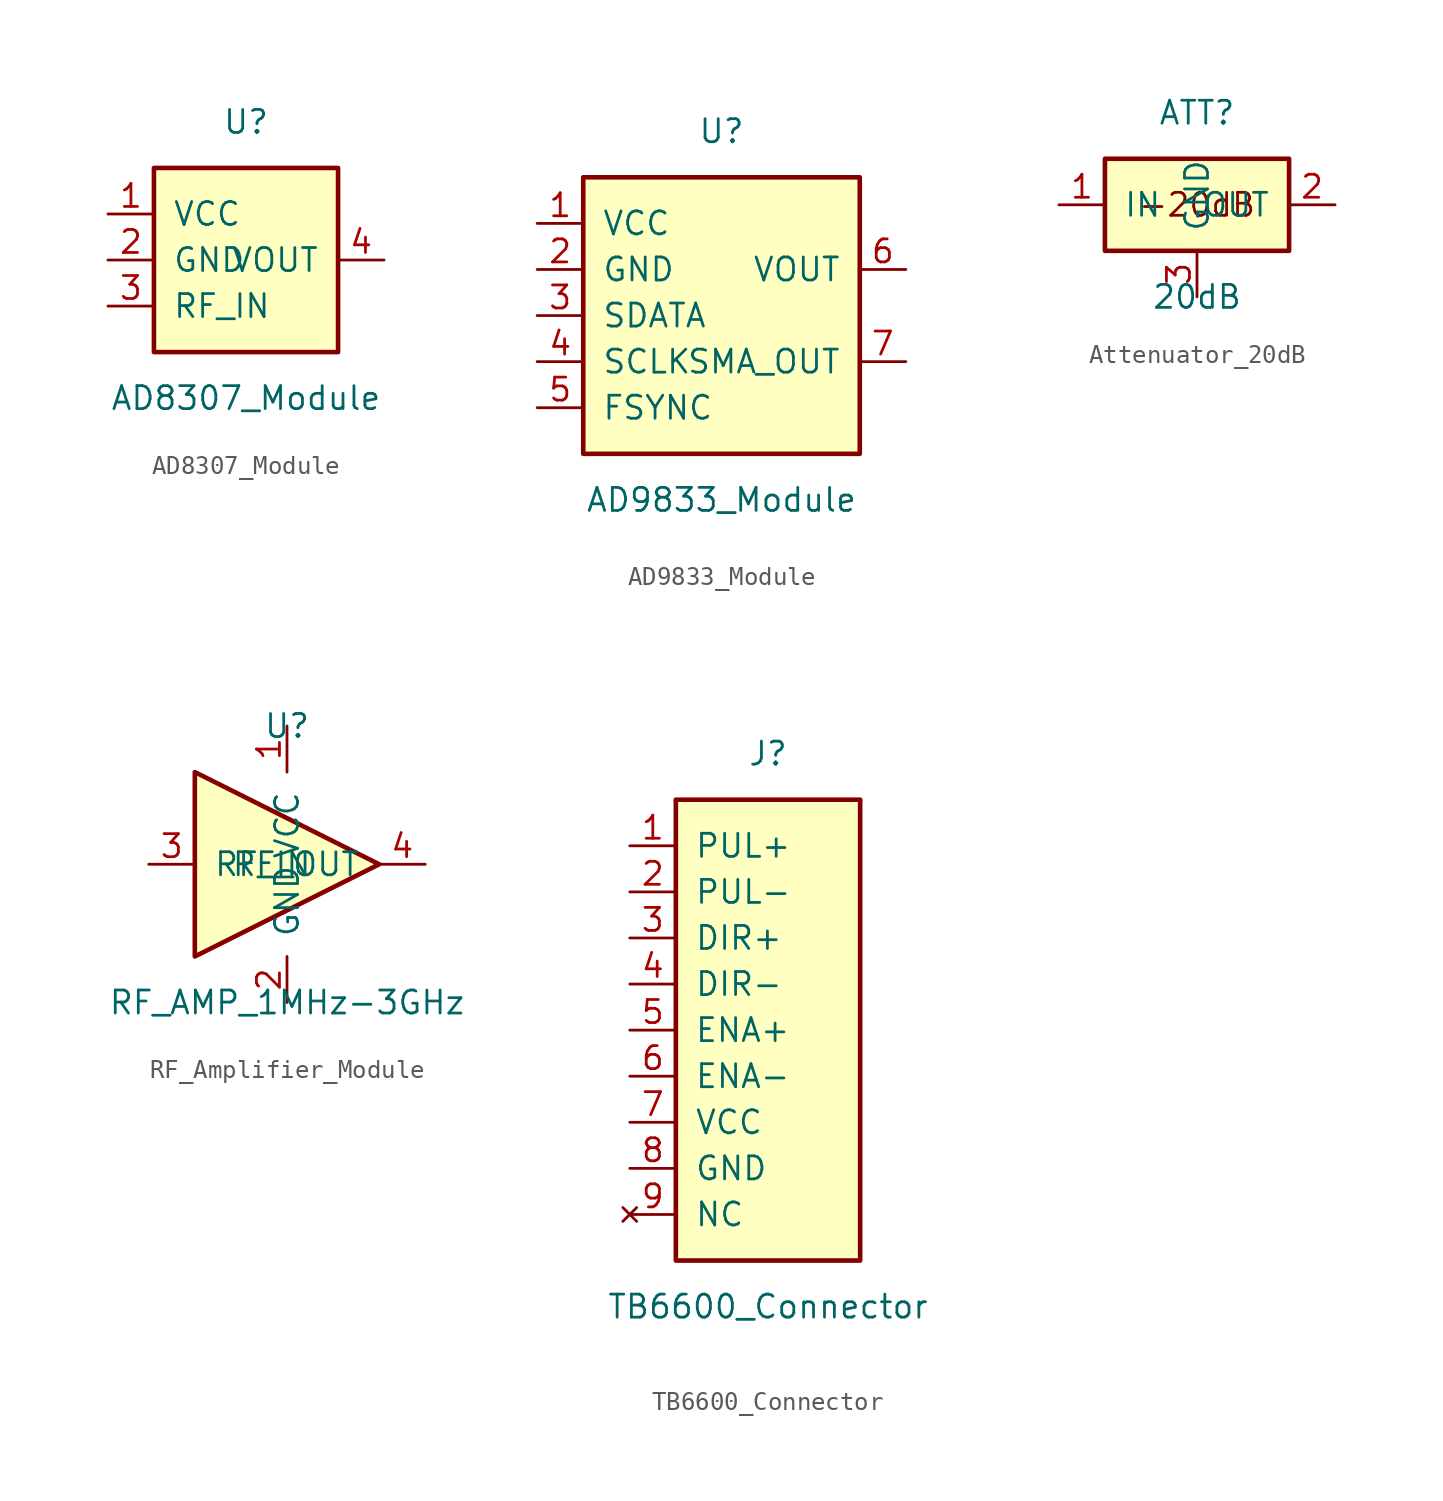
<source format=kicad_sym>
(kicad_symbol_lib
  (version 20231120)
  (generator "kicad_symbol_editor")
  (generator_version "8.0")
  (symbol "AD8307_Module"
    (pin_names
      (offset 1.016))
    (property "Reference" "U"
      (at 0 7.62 0)
      (effects (font (size 1.27 1.27))))
    (property "Value" "AD8307_Module"
      (at 0 -7.62 0)
      (effects (font (size 1.27 1.27))))
    (symbol "AD8307_Module_0_1"
      (rectangle (start -5.08 5.08) (end 5.08 -5.08) (stroke (width 0.254) (type default)) (fill (type background))))
    (symbol "AD8307_Module_1_1"
      (pin power_in line (at -7.62 2.54 0) (length 2.54) (name "VCC" (effects (font (size 1.27 1.27)))) (number "1" (effects (font (size 1.27 1.27)))))
      (pin power_in line (at -7.62 0 0) (length 2.54) (name "GND" (effects (font (size 1.27 1.27)))) (number "2" (effects (font (size 1.27 1.27)))))
      (pin input line (at -7.62 -2.54 0) (length 2.54) (name "RF_IN" (effects (font (size 1.27 1.27)))) (number "3" (effects (font (size 1.27 1.27)))))
      (pin output line (at 7.62 0 180) (length 2.54) (name "VOUT" (effects (font (size 1.27 1.27)))) (number "4" (effects (font (size 1.27 1.27)))))))
  (symbol "AD9833_Module"
    (pin_names
      (offset 1.016))
    (property "Reference" "U"
      (at 0 10.16 0)
      (effects (font (size 1.27 1.27))))
    (property "Value" "AD9833_Module"
      (at 0 -10.16 0)
      (effects (font (size 1.27 1.27))))
    (symbol "AD9833_Module_0_1"
      (rectangle (start -7.62 7.62) (end 7.62 -7.62) (stroke (width 0.254) (type default)) (fill (type background))))
    (symbol "AD9833_Module_1_1"
      (pin power_in line (at -10.16 5.08 0) (length 2.54) (name "VCC" (effects (font (size 1.27 1.27)))) (number "1" (effects (font (size 1.27 1.27)))))
      (pin power_in line (at -10.16 2.54 0) (length 2.54) (name "GND" (effects (font (size 1.27 1.27)))) (number "2" (effects (font (size 1.27 1.27)))))
      (pin input line (at -10.16 0 0) (length 2.54) (name "SDATA" (effects (font (size 1.27 1.27)))) (number "3" (effects (font (size 1.27 1.27)))))
      (pin input line (at -10.16 -2.54 0) (length 2.54) (name "SCLK" (effects (font (size 1.27 1.27)))) (number "4" (effects (font (size 1.27 1.27)))))
      (pin input line (at -10.16 -5.08 0) (length 2.54) (name "FSYNC" (effects (font (size 1.27 1.27)))) (number "5" (effects (font (size 1.27 1.27)))))
      (pin output line (at 10.16 2.54 180) (length 2.54) (name "VOUT" (effects (font (size 1.27 1.27)))) (number "6" (effects (font (size 1.27 1.27)))))
      (pin output line (at 10.16 -2.54 180) (length 2.54) (name "SMA_OUT" (effects (font (size 1.27 1.27)))) (number "7" (effects (font (size 1.27 1.27)))))))
  (symbol "Attenuator_20dB"
    (pin_names
      (offset 1.016))
    (property "Reference" "ATT"
      (at 0 5.08 0)
      (effects (font (size 1.27 1.27))))
    (property "Value" "20dB"
      (at 0 -5.08 0)
      (effects (font (size 1.27 1.27))))
    (symbol "Attenuator_20dB_0_1"
      (rectangle (start -5.08 2.54) (end 5.08 -2.54) (stroke (width 0.254) (type default)) (fill (type background)))
      (text "-20dB" (at 0 0 0) (effects (font (size 1.27 1.27)))))
    (symbol "Attenuator_20dB_1_1"
      (pin passive line (at -7.62 0 0) (length 2.54) (name "IN" (effects (font (size 1.27 1.27)))) (number "1" (effects (font (size 1.27 1.27)))))
      (pin passive line (at 7.62 0 180) (length 2.54) (name "OUT" (effects (font (size 1.27 1.27)))) (number "2" (effects (font (size 1.27 1.27)))))
      (pin power_in line (at 0 -5.08 90) (length 2.54) (name "GND" (effects (font (size 1.27 1.27)))) (number "3" (effects (font (size 1.27 1.27)))))))
  (symbol "RF_Amplifier_Module"
    (pin_names
      (offset 1.016))
    (property "Reference" "U"
      (at 0 7.62 0)
      (effects (font (size 1.27 1.27))))
    (property "Value" "RF_AMP_1MHz-3GHz"
      (at 0 -7.62 0)
      (effects (font (size 1.27 1.27))))
    (symbol "RF_Amplifier_Module_0_1"
      (polyline (pts (xy -5.08 5.08) (xy -5.08 -5.08) (xy 5.08 0) (xy -5.08 5.08)) (stroke (width 0.254) (type default)) (fill (type background))))
    (symbol "RF_Amplifier_Module_1_1"
      (pin power_in line (at 0 7.62 270) (length 2.54) (name "VCC" (effects (font (size 1.27 1.27)))) (number "1" (effects (font (size 1.27 1.27)))))
      (pin power_in line (at 0 -7.62 90) (length 2.54) (name "GND" (effects (font (size 1.27 1.27)))) (number "2" (effects (font (size 1.27 1.27)))))
      (pin input line (at -7.62 0 0) (length 2.54) (name "RF_IN" (effects (font (size 1.27 1.27)))) (number "3" (effects (font (size 1.27 1.27)))))
      (pin output line (at 7.62 0 180) (length 2.54) (name "RF_OUT" (effects (font (size 1.27 1.27)))) (number "4" (effects (font (size 1.27 1.27)))))))
  (symbol "TB6600_Connector"
    (pin_names
      (offset 1.016))
    (property "Reference" "J"
      (at 0 15.24 0)
      (effects (font (size 1.27 1.27))))
    (property "Value" "TB6600_Connector"
      (at 0 -15.24 0)
      (effects (font (size 1.27 1.27))))
    (symbol "TB6600_Connector_0_1"
      (rectangle (start -5.08 12.7) (end 5.08 -12.7) (stroke (width 0.254) (type default)) (fill (type background))))
    (symbol "TB6600_Connector_1_1"
      (pin input line (at -7.62 10.16 0) (length 2.54) (name "PUL+" (effects (font (size 1.27 1.27)))) (number "1" (effects (font (size 1.27 1.27)))))
      (pin input line (at -7.62 7.62 0) (length 2.54) (name "PUL-" (effects (font (size 1.27 1.27)))) (number "2" (effects (font (size 1.27 1.27)))))
      (pin input line (at -7.62 5.08 0) (length 2.54) (name "DIR+" (effects (font (size 1.27 1.27)))) (number "3" (effects (font (size 1.27 1.27)))))
      (pin input line (at -7.62 2.54 0) (length 2.54) (name "DIR-" (effects (font (size 1.27 1.27)))) (number "4" (effects (font (size 1.27 1.27)))))
      (pin input line (at -7.62 0 0) (length 2.54) (name "ENA+" (effects (font (size 1.27 1.27)))) (number "5" (effects (font (size 1.27 1.27)))))
      (pin input line (at -7.62 -2.54 0) (length 2.54) (name "ENA-" (effects (font (size 1.27 1.27)))) (number "6" (effects (font (size 1.27 1.27)))))
      (pin power_in line (at -7.62 -5.08 0) (length 2.54) (name "VCC" (effects (font (size 1.27 1.27)))) (number "7" (effects (font (size 1.27 1.27)))))
      (pin power_in line (at -7.62 -7.62 0) (length 2.54) (name "GND" (effects (font (size 1.27 1.27)))) (number "8" (effects (font (size 1.27 1.27)))))
      (pin no_connect line (at -7.62 -10.16 0) (length 2.54) (name "NC" (effects (font (size 1.27 1.27)))) (number "9" (effects (font (size 1.27 1.27))))))))
</source>
